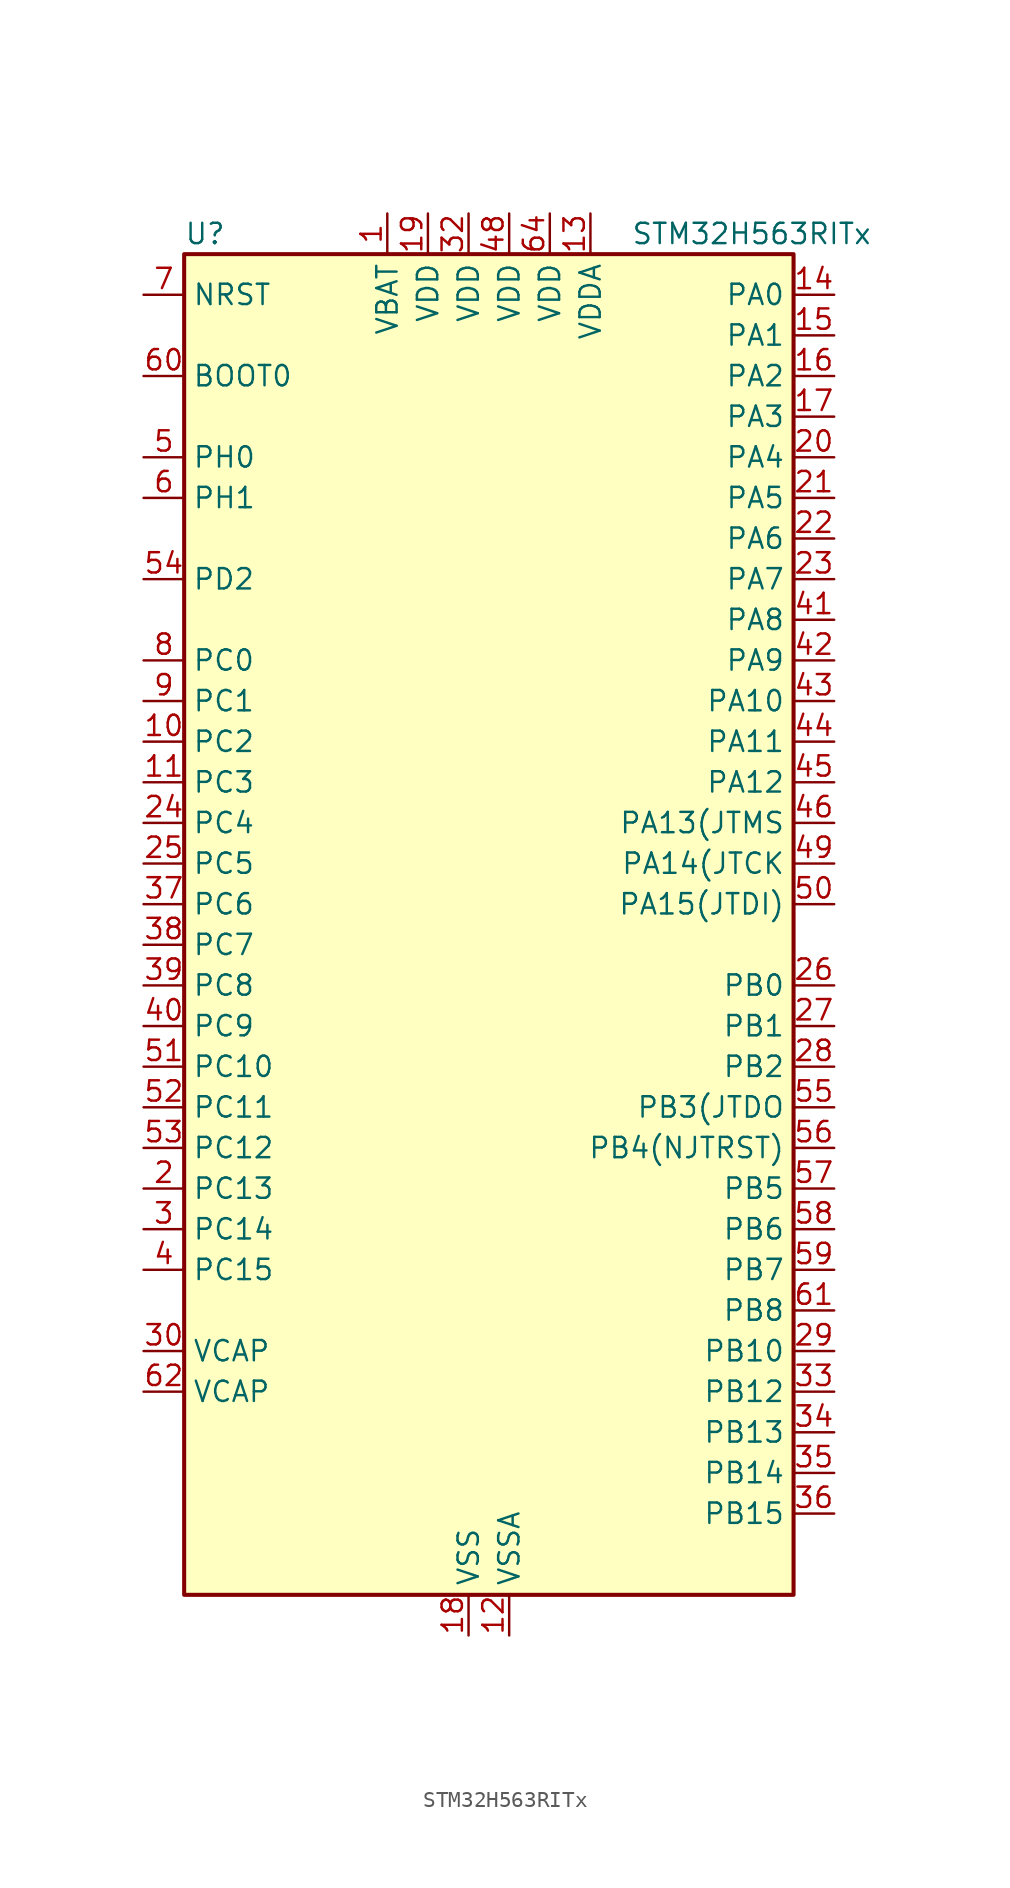
<source format=kicad_sym>
(kicad_symbol_lib
  (version 20231120)
  (generator "kicad_symbol_editor")
  (generator_version "8.0")
  (symbol "STM32H563RITx"
    (property "Reference" "U"
      (at -17.78 44.45 0)
      (effects (font (size 1.27 1.27)) (justify left)))
    (property "Value" "STM32H563RITx"
      (at 10.16 44.45 0)
      (effects (font (size 1.27 1.27)) (justify left)))
    (property "ki_locked" ""
      (at 0 0 0)
      (effects (font (size 1.27 1.27))))
    (symbol "STM32H563RITx_0_1"
      (rectangle (start -17.78 -40.64) (end 20.32 43.18) (stroke (width 0.254) (type default)) (fill (type background))))
    (symbol "STM32H563RITx_1_1"
      (pin power_in line (at -5.08 45.72 270) (length 2.54) (name "VBAT" (effects (font (size 1.27 1.27)))) (number "1" (effects (font (size 1.27 1.27)))))
      (pin bidirectional line (at -20.32 12.7 0) (length 2.54) (name "PC2" (effects (font (size 1.27 1.27)))) (number "10" (effects (font (size 1.27 1.27)))) (alternate "ADC1_INN11" bidirectional line) (alternate "ADC1_INP12" bidirectional line) (alternate "ADC2_INN11" bidirectional line) (alternate "ADC2_INP12" bidirectional line) (alternate "ETH_TXD2" bidirectional line) (alternate "I2S2_SDI" bidirectional line) (alternate "OCTOSPI1_IO2" bidirectional line) (alternate "OCTOSPI1_IO5" bidirectional line) (alternate "PWR_CSLEEP" bidirectional line) (alternate "SPI2_MISO" bidirectional line) (alternate "TIM17_CH1" bidirectional line) (alternate "TIM4_CH4" bidirectional line))
      (pin bidirectional line (at -20.32 10.16 0) (length 2.54) (name "PC3" (effects (font (size 1.27 1.27)))) (number "11" (effects (font (size 1.27 1.27)))) (alternate "ADC1_INN12" bidirectional line) (alternate "ADC1_INP13" bidirectional line) (alternate "ADC2_INN12" bidirectional line) (alternate "ADC2_INP13" bidirectional line) (alternate "ETH_TX_CLK" bidirectional line) (alternate "I2S2_SDO" bidirectional line) (alternate "LPTIM3_CH1" bidirectional line) (alternate "OCTOSPI1_IO0" bidirectional line) (alternate "OCTOSPI1_IO6" bidirectional line) (alternate "PWR_CSTOP" bidirectional line) (alternate "SAI1_D3" bidirectional line) (alternate "SPI2_MOSI" bidirectional line))
      (pin power_in line (at 2.54 -43.18 90) (length 2.54) (name "VSSA" (effects (font (size 1.27 1.27)))) (number "12" (effects (font (size 1.27 1.27)))))
      (pin power_in line (at 7.62 45.72 270) (length 2.54) (name "VDDA" (effects (font (size 1.27 1.27)))) (number "13" (effects (font (size 1.27 1.27)))))
      (pin bidirectional line (at 22.86 40.64 180) (length 2.54) (name "PA0" (effects (font (size 1.27 1.27)))) (number "14" (effects (font (size 1.27 1.27)))) (alternate "ADC1_INN1" bidirectional line) (alternate "ADC1_INP0" bidirectional line) (alternate "ADC2_INN1" bidirectional line) (alternate "ADC2_INP0" bidirectional line) (alternate "ETH_CRS" bidirectional line) (alternate "PWR_WKUP1" bidirectional line) (alternate "SAI2_SD_B" bidirectional line) (alternate "SPI3_RDY" bidirectional line) (alternate "SPI6_NSS" bidirectional line) (alternate "TAMP_IN2" bidirectional line) (alternate "TAMP_OUT1" bidirectional line) (alternate "TIM15_BKIN" bidirectional line) (alternate "TIM2_CH1" bidirectional line) (alternate "TIM2_ETR" bidirectional line) (alternate "TIM5_CH1" bidirectional line) (alternate "TIM8_ETR" bidirectional line) (alternate "UART4_TX" bidirectional line) (alternate "USART2_CTS" bidirectional line) (alternate "USART2_NSS" bidirectional line))
      (pin bidirectional line (at 22.86 38.1 180) (length 2.54) (name "PA1" (effects (font (size 1.27 1.27)))) (number "15" (effects (font (size 1.27 1.27)))) (alternate "ADC1_INP1" bidirectional line) (alternate "ADC2_INP1" bidirectional line) (alternate "ETH_REF_CLK" bidirectional line) (alternate "ETH_RX_CLK" bidirectional line) (alternate "LPTIM1_IN1" bidirectional line) (alternate "OCTOSPI1_DQS" bidirectional line) (alternate "OCTOSPI1_IO3" bidirectional line) (alternate "SAI2_MCLK_B" bidirectional line) (alternate "TAMP_IN5" bidirectional line) (alternate "TAMP_OUT4" bidirectional line) (alternate "TIM15_CH1N" bidirectional line) (alternate "TIM2_CH2" bidirectional line) (alternate "TIM5_CH2" bidirectional line) (alternate "UART4_RX" bidirectional line) (alternate "USART2_RTS" bidirectional line))
      (pin bidirectional line (at 22.86 35.56 180) (length 2.54) (name "PA2" (effects (font (size 1.27 1.27)))) (number "16" (effects (font (size 1.27 1.27)))) (alternate "ADC1_INP14" bidirectional line) (alternate "ADC2_INP14" bidirectional line) (alternate "ETH_MDIO" bidirectional line) (alternate "LPTIM1_IN2" bidirectional line) (alternate "PWR_WKUP2" bidirectional line) (alternate "SAI2_SCK_B" bidirectional line) (alternate "TAMP_IN4" bidirectional line) (alternate "TAMP_OUT3" bidirectional line) (alternate "TIM15_CH1" bidirectional line) (alternate "TIM2_CH3" bidirectional line) (alternate "TIM5_CH3" bidirectional line) (alternate "USART2_TX" bidirectional line))
      (pin bidirectional line (at 22.86 33.02 180) (length 2.54) (name "PA3" (effects (font (size 1.27 1.27)))) (number "17" (effects (font (size 1.27 1.27)))) (alternate "ADC1_INP15" bidirectional line) (alternate "ADC2_INP15" bidirectional line) (alternate "ETH_COL" bidirectional line) (alternate "I2S2_WS" bidirectional line) (alternate "OCTOSPI1_CLK" bidirectional line) (alternate "SAI1_SD_B" bidirectional line) (alternate "SPI2_NSS" bidirectional line) (alternate "TIM15_CH2" bidirectional line) (alternate "TIM2_CH4" bidirectional line) (alternate "TIM5_CH4" bidirectional line) (alternate "USART2_RX" bidirectional line))
      (pin power_in line (at 0 -43.18 90) (length 2.54) (name "VSS" (effects (font (size 1.27 1.27)))) (number "18" (effects (font (size 1.27 1.27)))))
      (pin power_in line (at -2.54 45.72 270) (length 2.54) (name "VDD" (effects (font (size 1.27 1.27)))) (number "19" (effects (font (size 1.27 1.27)))))
      (pin bidirectional line (at -20.32 -15.24 0) (length 2.54) (name "PC13" (effects (font (size 1.27 1.27)))) (number "2" (effects (font (size 1.27 1.27)))) (alternate "PWR_WKUP4" bidirectional line) (alternate "RTC_OUT1" bidirectional line) (alternate "RTC_TS" bidirectional line) (alternate "TAMP_IN1" bidirectional line) (alternate "TAMP_OUT2" bidirectional line) (alternate "TAMP_OUT3" bidirectional line))
      (pin bidirectional line (at 22.86 30.48 180) (length 2.54) (name "PA4" (effects (font (size 1.27 1.27)))) (number "20" (effects (font (size 1.27 1.27)))) (alternate "ADC1_INP18" bidirectional line) (alternate "ADC2_INP18" bidirectional line) (alternate "DAC1_OUT1" bidirectional line) (alternate "DCMI_HSYNC" bidirectional line) (alternate "I2S1_WS" bidirectional line) (alternate "I2S3_WS" bidirectional line) (alternate "LPTIM2_CH1" bidirectional line) (alternate "PSSI_DE" bidirectional line) (alternate "SPI1_NSS" bidirectional line) (alternate "SPI3_NSS" bidirectional line) (alternate "SPI6_NSS" bidirectional line) (alternate "TIM5_ETR" bidirectional line) (alternate "USART2_CK" bidirectional line))
      (pin bidirectional line (at 22.86 27.94 180) (length 2.54) (name "PA5" (effects (font (size 1.27 1.27)))) (number "21" (effects (font (size 1.27 1.27)))) (alternate "ADC1_INN18" bidirectional line) (alternate "ADC1_INP19" bidirectional line) (alternate "ADC2_INN18" bidirectional line) (alternate "ADC2_INP19" bidirectional line) (alternate "DAC1_OUT2" bidirectional line) (alternate "ETH_TX_EN" bidirectional line) (alternate "I2S1_CK" bidirectional line) (alternate "PSSI_D14" bidirectional line) (alternate "SPI1_SCK" bidirectional line) (alternate "SPI6_SCK" bidirectional line) (alternate "TIM2_CH1" bidirectional line) (alternate "TIM2_ETR" bidirectional line) (alternate "TIM8_CH1N" bidirectional line))
      (pin bidirectional line (at 22.86 25.4 180) (length 2.54) (name "PA6" (effects (font (size 1.27 1.27)))) (number "22" (effects (font (size 1.27 1.27)))) (alternate "ADC1_INP3" bidirectional line) (alternate "ADC2_INP3" bidirectional line) (alternate "DCMI_PIXCLK" bidirectional line) (alternate "I2S1_SDI" bidirectional line) (alternate "OCTOSPI1_IO3" bidirectional line) (alternate "PSSI_PDCK" bidirectional line) (alternate "SPI1_MISO" bidirectional line) (alternate "SPI6_MISO" bidirectional line) (alternate "TIM13_CH1" bidirectional line) (alternate "TIM1_BKIN" bidirectional line) (alternate "TIM3_CH1" bidirectional line) (alternate "TIM8_BKIN" bidirectional line) (alternate "USART11_TX" bidirectional line))
      (pin bidirectional line (at 22.86 22.86 180) (length 2.54) (name "PA7" (effects (font (size 1.27 1.27)))) (number "23" (effects (font (size 1.27 1.27)))) (alternate "ADC1_INN3" bidirectional line) (alternate "ADC1_INP7" bidirectional line) (alternate "ADC2_INN3" bidirectional line) (alternate "ADC2_INP7" bidirectional line) (alternate "ETH_CRS_DV" bidirectional line) (alternate "ETH_RX_DV" bidirectional line) (alternate "I2S1_SDO" bidirectional line) (alternate "OCTOSPI1_IO2" bidirectional line) (alternate "SPI1_MOSI" bidirectional line) (alternate "SPI6_MOSI" bidirectional line) (alternate "TIM14_CH1" bidirectional line) (alternate "TIM1_CH1N" bidirectional line) (alternate "TIM3_CH2" bidirectional line) (alternate "TIM8_CH1N" bidirectional line) (alternate "USART11_RX" bidirectional line))
      (pin bidirectional line (at -20.32 7.62 0) (length 2.54) (name "PC4" (effects (font (size 1.27 1.27)))) (number "24" (effects (font (size 1.27 1.27)))) (alternate "ADC1_INP4" bidirectional line) (alternate "ADC2_INP4" bidirectional line) (alternate "ETH_RXD0" bidirectional line) (alternate "I2S1_MCK" bidirectional line) (alternate "LPTIM2_ETR" bidirectional line) (alternate "SAI1_CK1" bidirectional line) (alternate "TIM2_CH4" bidirectional line) (alternate "USART3_RX" bidirectional line))
      (pin bidirectional line (at -20.32 5.08 0) (length 2.54) (name "PC5" (effects (font (size 1.27 1.27)))) (number "25" (effects (font (size 1.27 1.27)))) (alternate "ADC1_INN4" bidirectional line) (alternate "ADC1_INP8" bidirectional line) (alternate "ADC2_INN4" bidirectional line) (alternate "ADC2_INP8" bidirectional line) (alternate "ETH_RXD1" bidirectional line) (alternate "OCTOSPI1_DQS" bidirectional line) (alternate "PSSI_D15" bidirectional line) (alternate "SAI1_D3" bidirectional line) (alternate "SAI1_FS_A" bidirectional line) (alternate "TIM1_CH4N" bidirectional line))
      (pin bidirectional line (at 22.86 -2.54 180) (length 2.54) (name "PB0" (effects (font (size 1.27 1.27)))) (number "26" (effects (font (size 1.27 1.27)))) (alternate "ADC1_INN5" bidirectional line) (alternate "ADC1_INP9" bidirectional line) (alternate "ADC2_INN5" bidirectional line) (alternate "ADC2_INP9" bidirectional line) (alternate "ETH_RXD2" bidirectional line) (alternate "LPTIM3_CH1" bidirectional line) (alternate "OCTOSPI1_IO1" bidirectional line) (alternate "TIM1_CH2N" bidirectional line) (alternate "TIM3_CH3" bidirectional line) (alternate "TIM8_CH2N" bidirectional line) (alternate "UART4_CTS" bidirectional line) (alternate "USART11_CK" bidirectional line))
      (pin bidirectional line (at 22.86 -5.08 180) (length 2.54) (name "PB1" (effects (font (size 1.27 1.27)))) (number "27" (effects (font (size 1.27 1.27)))) (alternate "ADC1_INP5" bidirectional line) (alternate "ADC2_INP5" bidirectional line) (alternate "ETH_RXD3" bidirectional line) (alternate "LPTIM3_CH2" bidirectional line) (alternate "OCTOSPI1_IO0" bidirectional line) (alternate "TIM1_CH3N" bidirectional line) (alternate "TIM3_CH4" bidirectional line) (alternate "TIM8_CH3N" bidirectional line))
      (pin bidirectional line (at 22.86 -7.62 180) (length 2.54) (name "PB2" (effects (font (size 1.27 1.27)))) (number "28" (effects (font (size 1.27 1.27)))) (alternate "I2S3_SDO" bidirectional line) (alternate "LPTIM1_CH1" bidirectional line) (alternate "LPTIM5_ETR" bidirectional line) (alternate "OCTOSPI1_CLK" bidirectional line) (alternate "OCTOSPI1_DQS" bidirectional line) (alternate "RCC_LSCO" bidirectional line) (alternate "RTC_OUT2" bidirectional line) (alternate "SAI1_D1" bidirectional line) (alternate "SAI1_SD_A" bidirectional line) (alternate "SDMMC1_CMD" bidirectional line) (alternate "SPI1_RDY" bidirectional line) (alternate "SPI3_MOSI" bidirectional line) (alternate "TIM8_CH4N" bidirectional line))
      (pin bidirectional line (at 22.86 -25.4 180) (length 2.54) (name "PB10" (effects (font (size 1.27 1.27)))) (number "29" (effects (font (size 1.27 1.27)))) (alternate "ETH_RX_ER" bidirectional line) (alternate "I2C2_SCL" bidirectional line) (alternate "I2S2_CK" bidirectional line) (alternate "LPTIM2_IN1" bidirectional line) (alternate "LPTIM3_CH1" bidirectional line) (alternate "OCTOSPI1_NCS" bidirectional line) (alternate "SPI2_SCK" bidirectional line) (alternate "TIM2_CH3" bidirectional line) (alternate "USART3_TX" bidirectional line))
      (pin bidirectional line (at -20.32 -17.78 0) (length 2.54) (name "PC14" (effects (font (size 1.27 1.27)))) (number "3" (effects (font (size 1.27 1.27)))) (alternate "RCC_OSC32_IN" bidirectional line))
      (pin power_out line (at -20.32 -25.4 0) (length 2.54) (name "VCAP" (effects (font (size 1.27 1.27)))) (number "30" (effects (font (size 1.27 1.27)))))
      (pin passive line (at 0 -43.18 90) (length 2.54) hide (name "VSS" (effects (font (size 1.27 1.27)))) (number "31" (effects (font (size 1.27 1.27)))))
      (pin power_in line (at 0 45.72 270) (length 2.54) (name "VDD" (effects (font (size 1.27 1.27)))) (number "32" (effects (font (size 1.27 1.27)))))
      (pin bidirectional line (at 22.86 -27.94 180) (length 2.54) (name "PB12" (effects (font (size 1.27 1.27)))) (number "33" (effects (font (size 1.27 1.27)))) (alternate "ETH_TXD0" bidirectional line) (alternate "FDCAN2_RX" bidirectional line) (alternate "I2C2_SDA" bidirectional line) (alternate "I2S2_WS" bidirectional line) (alternate "OCTOSPI1_NCLK" bidirectional line) (alternate "SPI2_NSS" bidirectional line) (alternate "TIM1_BKIN" bidirectional line) (alternate "UART5_RX" bidirectional line) (alternate "UCPD1_FRSTX" bidirectional line) (alternate "USART3_CK" bidirectional line))
      (pin bidirectional line (at 22.86 -30.48 180) (length 2.54) (name "PB13" (effects (font (size 1.27 1.27)))) (number "34" (effects (font (size 1.27 1.27)))) (alternate "FDCAN2_TX" bidirectional line) (alternate "I2C2_SMBA" bidirectional line) (alternate "I2S2_CK" bidirectional line) (alternate "LPTIM2_CH1" bidirectional line) (alternate "LPTIM3_IN1" bidirectional line) (alternate "SDMMC1_D0" bidirectional line) (alternate "SPI2_SCK" bidirectional line) (alternate "TIM1_CH1N" bidirectional line) (alternate "UART5_TX" bidirectional line) (alternate "UCPD1_CC1" bidirectional line) (alternate "USART3_CTS" bidirectional line) (alternate "USART3_NSS" bidirectional line))
      (pin bidirectional line (at 22.86 -33.02 180) (length 2.54) (name "PB14" (effects (font (size 1.27 1.27)))) (number "35" (effects (font (size 1.27 1.27)))) (alternate "I2S2_SDI" bidirectional line) (alternate "LPTIM3_ETR" bidirectional line) (alternate "SPI2_MISO" bidirectional line) (alternate "TIM12_CH1" bidirectional line) (alternate "TIM1_CH2N" bidirectional line) (alternate "TIM8_CH2N" bidirectional line) (alternate "UART4_DE" bidirectional line) (alternate "UART4_RTS" bidirectional line) (alternate "UCPD1_CC2" bidirectional line) (alternate "USART1_TX" bidirectional line) (alternate "USART3_RTS" bidirectional line))
      (pin bidirectional line (at 22.86 -35.56 180) (length 2.54) (name "PB15" (effects (font (size 1.27 1.27)))) (number "36" (effects (font (size 1.27 1.27)))) (alternate "ADC1_EXTI15" bidirectional line) (alternate "ADC2_EXTI15" bidirectional line) (alternate "DCMI_D2" bidirectional line) (alternate "ETH_TXD1" bidirectional line) (alternate "I2S2_SDO" bidirectional line) (alternate "OCTOSPI1_CLK" bidirectional line) (alternate "PSSI_D2" bidirectional line) (alternate "PWR_PVD_IN" bidirectional line) (alternate "RTC_REFIN" bidirectional line) (alternate "SPI2_MOSI" bidirectional line) (alternate "TIM12_CH2" bidirectional line) (alternate "TIM1_CH3N" bidirectional line) (alternate "TIM8_CH3N" bidirectional line) (alternate "UART4_CTS" bidirectional line) (alternate "UART5_RX" bidirectional line) (alternate "USART11_CTS" bidirectional line) (alternate "USART11_NSS" bidirectional line) (alternate "USART1_RX" bidirectional line))
      (pin bidirectional line (at -20.32 2.54 0) (length 2.54) (name "PC6" (effects (font (size 1.27 1.27)))) (number "37" (effects (font (size 1.27 1.27)))) (alternate "DCMI_D0" bidirectional line) (alternate "I2S2_MCK" bidirectional line) (alternate "OCTOSPI1_IO5" bidirectional line) (alternate "PSSI_D0" bidirectional line) (alternate "SAI1_SCK_A" bidirectional line) (alternate "SDMMC1_D0DIR" bidirectional line) (alternate "SDMMC1_D6" bidirectional line) (alternate "TIM3_CH1" bidirectional line) (alternate "TIM8_CH1" bidirectional line) (alternate "USART6_TX" bidirectional line))
      (pin bidirectional line (at -20.32 0 0) (length 2.54) (name "PC7" (effects (font (size 1.27 1.27)))) (number "38" (effects (font (size 1.27 1.27)))) (alternate "DCMI_D1" bidirectional line) (alternate "DEBUG_TRGIO" bidirectional line) (alternate "I2S3_MCK" bidirectional line) (alternate "OCTOSPI1_IO6" bidirectional line) (alternate "PSSI_D1" bidirectional line) (alternate "SDMMC1_D123DIR" bidirectional line) (alternate "SDMMC1_D7" bidirectional line) (alternate "TIM3_CH2" bidirectional line) (alternate "TIM8_CH2" bidirectional line) (alternate "USART6_RX" bidirectional line))
      (pin bidirectional line (at -20.32 -2.54 0) (length 2.54) (name "PC8" (effects (font (size 1.27 1.27)))) (number "39" (effects (font (size 1.27 1.27)))) (alternate "DCMI_D2" bidirectional line) (alternate "DEBUG_TRACED1" bidirectional line) (alternate "PSSI_D2" bidirectional line) (alternate "SDMMC1_D0" bidirectional line) (alternate "TIM3_CH3" bidirectional line) (alternate "TIM8_CH3" bidirectional line) (alternate "UART5_DE" bidirectional line) (alternate "UART5_RTS" bidirectional line) (alternate "USART6_CK" bidirectional line))
      (pin bidirectional line (at -20.32 -20.32 0) (length 2.54) (name "PC15" (effects (font (size 1.27 1.27)))) (number "4" (effects (font (size 1.27 1.27)))) (alternate "ADC1_EXTI15" bidirectional line) (alternate "ADC2_EXTI15" bidirectional line) (alternate "RCC_OSC32_OUT" bidirectional line))
      (pin bidirectional line (at -20.32 -5.08 0) (length 2.54) (name "PC9" (effects (font (size 1.27 1.27)))) (number "40" (effects (font (size 1.27 1.27)))) (alternate "AUDIOCLK" bidirectional line) (alternate "DAC1_EXTI9" bidirectional line) (alternate "DCMI_D3" bidirectional line) (alternate "I2C3_SDA" bidirectional line) (alternate "OCTOSPI1_IO0" bidirectional line) (alternate "PSSI_D3" bidirectional line) (alternate "RCC_MCO_2" bidirectional line) (alternate "SDMMC1_D1" bidirectional line) (alternate "TIM3_CH4" bidirectional line) (alternate "TIM8_CH4" bidirectional line) (alternate "UART5_CTS" bidirectional line) (alternate "UCPD1_DB2" bidirectional line))
      (pin bidirectional line (at 22.86 20.32 180) (length 2.54) (name "PA8" (effects (font (size 1.27 1.27)))) (number "41" (effects (font (size 1.27 1.27)))) (alternate "DCMI_D3" bidirectional line) (alternate "I2C3_SCL" bidirectional line) (alternate "PSSI_D3" bidirectional line) (alternate "RCC_MCO_1" bidirectional line) (alternate "SPI1_RDY" bidirectional line) (alternate "TIM1_CH1" bidirectional line) (alternate "TIM8_BKIN2" bidirectional line) (alternate "UART7_RX" bidirectional line) (alternate "USART1_CK" bidirectional line) (alternate "USB_SOF" bidirectional line))
      (pin bidirectional line (at 22.86 17.78 180) (length 2.54) (name "PA9" (effects (font (size 1.27 1.27)))) (number "42" (effects (font (size 1.27 1.27)))) (alternate "DAC1_EXTI9" bidirectional line) (alternate "DCMI_D0" bidirectional line) (alternate "ETH_TX_ER" bidirectional line) (alternate "I2C3_SMBA" bidirectional line) (alternate "I2S2_CK" bidirectional line) (alternate "LPUART1_TX" bidirectional line) (alternate "PSSI_D0" bidirectional line) (alternate "SPI2_SCK" bidirectional line) (alternate "TIM1_CH2" bidirectional line) (alternate "UCPD1_DB1" bidirectional line) (alternate "USART1_TX" bidirectional line))
      (pin bidirectional line (at 22.86 15.24 180) (length 2.54) (name "PA10" (effects (font (size 1.27 1.27)))) (number "43" (effects (font (size 1.27 1.27)))) (alternate "DCMI_D1" bidirectional line) (alternate "FDCAN2_TX" bidirectional line) (alternate "LPTIM2_IN2" bidirectional line) (alternate "LPUART1_RX" bidirectional line) (alternate "PSSI_D1" bidirectional line) (alternate "SDMMC1_D0" bidirectional line) (alternate "TIM1_CH3" bidirectional line) (alternate "UCPD1_FRSTX" bidirectional line) (alternate "USART1_RX" bidirectional line))
      (pin bidirectional line (at 22.86 12.7 180) (length 2.54) (name "PA11" (effects (font (size 1.27 1.27)))) (number "44" (effects (font (size 1.27 1.27)))) (alternate "ADC1_EXTI11" bidirectional line) (alternate "ADC2_EXTI11" bidirectional line) (alternate "FDCAN1_RX" bidirectional line) (alternate "I2S2_WS" bidirectional line) (alternate "LPUART1_CTS" bidirectional line) (alternate "SPI2_NSS" bidirectional line) (alternate "TIM1_CH4" bidirectional line) (alternate "UART4_RX" bidirectional line) (alternate "USART1_CTS" bidirectional line) (alternate "USART1_NSS" bidirectional line) (alternate "USB_DM" bidirectional line))
      (pin bidirectional line (at 22.86 10.16 180) (length 2.54) (name "PA12" (effects (font (size 1.27 1.27)))) (number "45" (effects (font (size 1.27 1.27)))) (alternate "FDCAN1_TX" bidirectional line) (alternate "I2S2_CK" bidirectional line) (alternate "LPUART1_RTS" bidirectional line) (alternate "SAI2_FS_B" bidirectional line) (alternate "SPI2_SCK" bidirectional line) (alternate "TIM1_ETR" bidirectional line) (alternate "UART4_TX" bidirectional line) (alternate "USART1_RTS" bidirectional line) (alternate "USB_DP" bidirectional line))
      (pin bidirectional line (at 22.86 7.62 180) (length 2.54) (name "PA13(JTMS" (effects (font (size 1.27 1.27)))) (number "46" (effects (font (size 1.27 1.27)))) (alternate "DEBUG_JTMS-SWDIO" bidirectional line))
      (pin passive line (at 0 -43.18 90) (length 2.54) hide (name "VSS" (effects (font (size 1.27 1.27)))) (number "47" (effects (font (size 1.27 1.27)))))
      (pin power_in line (at 2.54 45.72 270) (length 2.54) (name "VDD" (effects (font (size 1.27 1.27)))) (number "48" (effects (font (size 1.27 1.27)))))
      (pin bidirectional line (at 22.86 5.08 180) (length 2.54) (name "PA14(JTCK" (effects (font (size 1.27 1.27)))) (number "49" (effects (font (size 1.27 1.27)))) (alternate "DEBUG_JTCK-SWCLK" bidirectional line))
      (pin bidirectional line (at -20.32 30.48 0) (length 2.54) (name "PH0" (effects (font (size 1.27 1.27)))) (number "5" (effects (font (size 1.27 1.27)))) (alternate "RCC_OSC_IN" bidirectional line))
      (pin bidirectional line (at 22.86 2.54 180) (length 2.54) (name "PA15(JTDI)" (effects (font (size 1.27 1.27)))) (number "50" (effects (font (size 1.27 1.27)))) (alternate "ADC1_EXTI15" bidirectional line) (alternate "ADC2_EXTI15" bidirectional line) (alternate "CEC" bidirectional line) (alternate "DCMI_D11" bidirectional line) (alternate "DEBUG_JTDI" bidirectional line) (alternate "I2S1_WS" bidirectional line) (alternate "I2S3_WS" bidirectional line) (alternate "LPTIM3_IN2" bidirectional line) (alternate "PSSI_D11" bidirectional line) (alternate "SPI1_NSS" bidirectional line) (alternate "SPI3_NSS" bidirectional line) (alternate "SPI6_NSS" bidirectional line) (alternate "TIM2_CH1" bidirectional line) (alternate "TIM2_ETR" bidirectional line) (alternate "UART4_DE" bidirectional line) (alternate "UART4_RTS" bidirectional line) (alternate "UART7_TX" bidirectional line))
      (pin bidirectional line (at -20.32 -7.62 0) (length 2.54) (name "PC10" (effects (font (size 1.27 1.27)))) (number "51" (effects (font (size 1.27 1.27)))) (alternate "DCMI_D8" bidirectional line) (alternate "ETH_TXD0" bidirectional line) (alternate "I2S3_CK" bidirectional line) (alternate "LPTIM3_ETR" bidirectional line) (alternate "OCTOSPI1_IO1" bidirectional line) (alternate "PSSI_D8" bidirectional line) (alternate "SDMMC1_D2" bidirectional line) (alternate "SPI3_SCK" bidirectional line) (alternate "UART4_TX" bidirectional line) (alternate "USART3_TX" bidirectional line))
      (pin bidirectional line (at -20.32 -10.16 0) (length 2.54) (name "PC11" (effects (font (size 1.27 1.27)))) (number "52" (effects (font (size 1.27 1.27)))) (alternate "ADC1_EXTI11" bidirectional line) (alternate "ADC2_EXTI11" bidirectional line) (alternate "DCMI_D4" bidirectional line) (alternate "I2S3_SDI" bidirectional line) (alternate "LPTIM3_IN1" bidirectional line) (alternate "OCTOSPI1_NCS" bidirectional line) (alternate "PSSI_D4" bidirectional line) (alternate "SDMMC1_D3" bidirectional line) (alternate "SPI3_MISO" bidirectional line) (alternate "UART4_RX" bidirectional line) (alternate "USART3_RX" bidirectional line))
      (pin bidirectional line (at -20.32 -12.7 0) (length 2.54) (name "PC12" (effects (font (size 1.27 1.27)))) (number "53" (effects (font (size 1.27 1.27)))) (alternate "DCMI_D9" bidirectional line) (alternate "DEBUG_TRACED3" bidirectional line) (alternate "I2S3_SDO" bidirectional line) (alternate "PSSI_D9" bidirectional line) (alternate "SDMMC1_CK" bidirectional line) (alternate "SPI3_MOSI" bidirectional line) (alternate "SPI6_SCK" bidirectional line) (alternate "TIM15_CH1" bidirectional line) (alternate "UART5_TX" bidirectional line) (alternate "USART3_CK" bidirectional line))
      (pin bidirectional line (at -20.32 22.86 0) (length 2.54) (name "PD2" (effects (font (size 1.27 1.27)))) (number "54" (effects (font (size 1.27 1.27)))) (alternate "DCMI_D11" bidirectional line) (alternate "DEBUG_TRACED2" bidirectional line) (alternate "LPTIM4_ETR" bidirectional line) (alternate "PSSI_D11" bidirectional line) (alternate "PWR_WKUP7" bidirectional line) (alternate "SDMMC1_CMD" bidirectional line) (alternate "TIM15_BKIN" bidirectional line) (alternate "TIM3_ETR" bidirectional line) (alternate "UART5_RX" bidirectional line))
      (pin bidirectional line (at 22.86 -10.16 180) (length 2.54) (name "PB3(JTDO" (effects (font (size 1.27 1.27)))) (number "55" (effects (font (size 1.27 1.27)))) (alternate "CRS_SYNC" bidirectional line) (alternate "DEBUG_JTDO-SWO" bidirectional line) (alternate "I2C2_SDA" bidirectional line) (alternate "I2S1_CK" bidirectional line) (alternate "I2S3_CK" bidirectional line) (alternate "LPTIM6_ETR" bidirectional line) (alternate "SPI1_SCK" bidirectional line) (alternate "SPI3_SCK" bidirectional line) (alternate "SPI6_SCK" bidirectional line) (alternate "TIM2_CH2" bidirectional line) (alternate "UART7_RX" bidirectional line))
      (pin bidirectional line (at 22.86 -12.7 180) (length 2.54) (name "PB4(NJTRST)" (effects (font (size 1.27 1.27)))) (number "56" (effects (font (size 1.27 1.27)))) (alternate "DCMI_D7" bidirectional line) (alternate "DEBUG_JTRST" bidirectional line) (alternate "I2S1_SDI" bidirectional line) (alternate "I2S2_WS" bidirectional line) (alternate "I2S3_SDI" bidirectional line) (alternate "LPTIM1_CH2" bidirectional line) (alternate "OCTOSPI1_CLK" bidirectional line) (alternate "PSSI_D7" bidirectional line) (alternate "SPI1_MISO" bidirectional line) (alternate "SPI2_NSS" bidirectional line) (alternate "SPI3_MISO" bidirectional line) (alternate "SPI6_MISO" bidirectional line) (alternate "TIM16_BKIN" bidirectional line) (alternate "TIM3_CH1" bidirectional line) (alternate "UART7_TX" bidirectional line))
      (pin bidirectional line (at 22.86 -15.24 180) (length 2.54) (name "PB5" (effects (font (size 1.27 1.27)))) (number "57" (effects (font (size 1.27 1.27)))) (alternate "DCMI_D10" bidirectional line) (alternate "ETH_PPS_OUT" bidirectional line) (alternate "FDCAN2_RX" bidirectional line) (alternate "I2C1_SMBA" bidirectional line) (alternate "I2C4_SMBA" bidirectional line) (alternate "I2S1_SDO" bidirectional line) (alternate "I2S3_SDO" bidirectional line) (alternate "OCTOSPI1_NCLK" bidirectional line) (alternate "PSSI_D10" bidirectional line) (alternate "SPI1_MOSI" bidirectional line) (alternate "SPI3_MOSI" bidirectional line) (alternate "SPI6_MOSI" bidirectional line) (alternate "TIM17_BKIN" bidirectional line) (alternate "TIM3_CH2" bidirectional line) (alternate "UART5_RX" bidirectional line))
      (pin bidirectional line (at 22.86 -17.78 180) (length 2.54) (name "PB6" (effects (font (size 1.27 1.27)))) (number "58" (effects (font (size 1.27 1.27)))) (alternate "CEC" bidirectional line) (alternate "DCMI_D5" bidirectional line) (alternate "FDCAN2_TX" bidirectional line) (alternate "I2C1_SCL" bidirectional line) (alternate "I2C4_SCL" bidirectional line) (alternate "I3C1_SCL" bidirectional line) (alternate "LPUART1_TX" bidirectional line) (alternate "OCTOSPI1_NCS" bidirectional line) (alternate "PSSI_D5" bidirectional line) (alternate "TIM16_CH1N" bidirectional line) (alternate "TIM4_CH1" bidirectional line) (alternate "UART5_TX" bidirectional line) (alternate "USART1_TX" bidirectional line))
      (pin bidirectional line (at 22.86 -20.32 180) (length 2.54) (name "PB7" (effects (font (size 1.27 1.27)))) (number "59" (effects (font (size 1.27 1.27)))) (alternate "DCMI_VSYNC" bidirectional line) (alternate "FDCAN1_TX" bidirectional line) (alternate "I2C1_SDA" bidirectional line) (alternate "I2C4_SDA" bidirectional line) (alternate "I3C1_SDA" bidirectional line) (alternate "LPUART1_RX" bidirectional line) (alternate "PSSI_RDY" bidirectional line) (alternate "PWR_WKUP5" bidirectional line) (alternate "TIM17_CH1N" bidirectional line) (alternate "TIM4_CH2" bidirectional line) (alternate "USART1_RX" bidirectional line))
      (pin bidirectional line (at -20.32 27.94 0) (length 2.54) (name "PH1" (effects (font (size 1.27 1.27)))) (number "6" (effects (font (size 1.27 1.27)))) (alternate "RCC_OSC_OUT" bidirectional line))
      (pin input line (at -20.32 35.56 0) (length 2.54) (name "BOOT0" (effects (font (size 1.27 1.27)))) (number "60" (effects (font (size 1.27 1.27)))))
      (pin bidirectional line (at 22.86 -22.86 180) (length 2.54) (name "PB8" (effects (font (size 1.27 1.27)))) (number "61" (effects (font (size 1.27 1.27)))) (alternate "DCMI_D6" bidirectional line) (alternate "ETH_TXD3" bidirectional line) (alternate "FDCAN1_RX" bidirectional line) (alternate "I2C1_SCL" bidirectional line) (alternate "I2C4_SCL" bidirectional line) (alternate "I3C1_SCL" bidirectional line) (alternate "PSSI_D6" bidirectional line) (alternate "SDMMC1_CKIN" bidirectional line) (alternate "SDMMC1_D4" bidirectional line) (alternate "TIM16_CH1" bidirectional line) (alternate "TIM4_CH3" bidirectional line) (alternate "UART4_RX" bidirectional line))
      (pin power_out line (at -20.32 -27.94 0) (length 2.54) (name "VCAP" (effects (font (size 1.27 1.27)))) (number "62" (effects (font (size 1.27 1.27)))))
      (pin passive line (at 0 -43.18 90) (length 2.54) hide (name "VSS" (effects (font (size 1.27 1.27)))) (number "63" (effects (font (size 1.27 1.27)))))
      (pin power_in line (at 5.08 45.72 270) (length 2.54) (name "VDD" (effects (font (size 1.27 1.27)))) (number "64" (effects (font (size 1.27 1.27)))))
      (pin input line (at -20.32 40.64 0) (length 2.54) (name "NRST" (effects (font (size 1.27 1.27)))) (number "7" (effects (font (size 1.27 1.27)))))
      (pin bidirectional line (at -20.32 17.78 0) (length 2.54) (name "PC0" (effects (font (size 1.27 1.27)))) (number "8" (effects (font (size 1.27 1.27)))) (alternate "ADC1_INP10" bidirectional line) (alternate "ADC2_INP10" bidirectional line) (alternate "OCTOSPI1_IO7" bidirectional line) (alternate "SAI1_MCLK_A" bidirectional line) (alternate "SAI2_FS_B" bidirectional line) (alternate "SPI2_RDY" bidirectional line) (alternate "TIM16_BKIN" bidirectional line))
      (pin bidirectional line (at -20.32 15.24 0) (length 2.54) (name "PC1" (effects (font (size 1.27 1.27)))) (number "9" (effects (font (size 1.27 1.27)))) (alternate "ADC1_INN10" bidirectional line) (alternate "ADC1_INP11" bidirectional line) (alternate "ADC2_INN10" bidirectional line) (alternate "ADC2_INP11" bidirectional line) (alternate "DEBUG_TRACED0" bidirectional line) (alternate "ETH_MDC" bidirectional line) (alternate "I2S2_SDO" bidirectional line) (alternate "OCTOSPI1_IO4" bidirectional line) (alternate "PWR_WKUP6" bidirectional line) (alternate "SAI1_D1" bidirectional line) (alternate "SAI1_SD_A" bidirectional line) (alternate "SAI2_SD_A" bidirectional line) (alternate "SPI2_MOSI" bidirectional line) (alternate "TAMP_IN3" bidirectional line) (alternate "TAMP_OUT5" bidirectional line) (alternate "USART11_RTS" bidirectional line)))))
</source>
